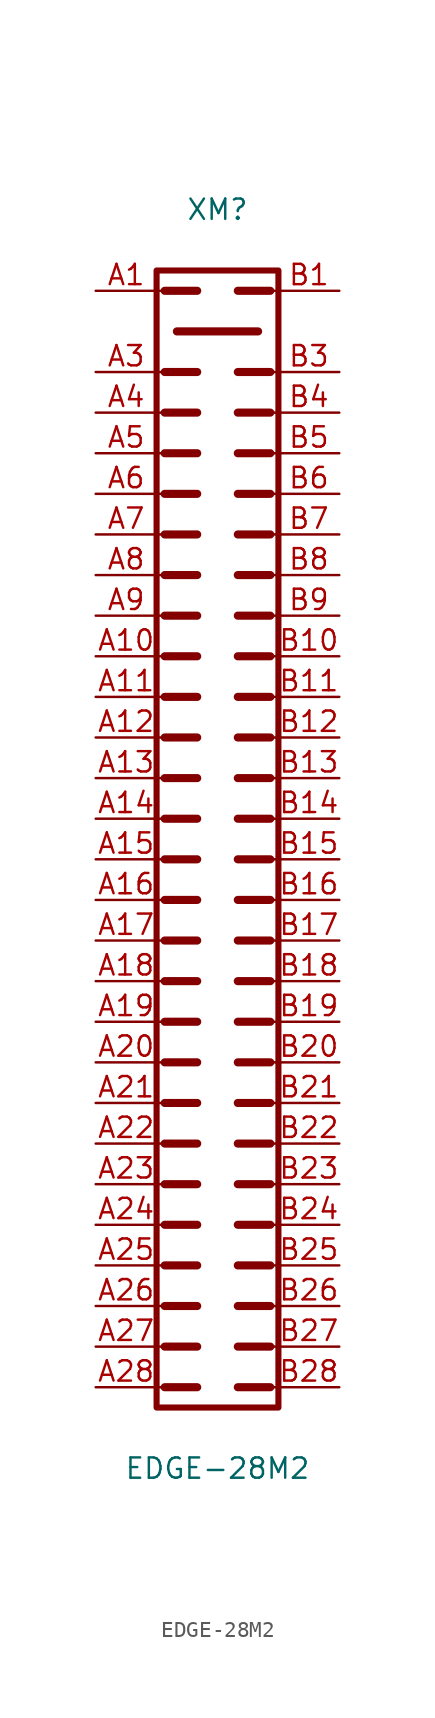
<source format=kicad_sym>
(kicad_symbol_lib
  (version 20231120)
  (generator "kicad_symbol_editor")
  (generator_version "8.0")
  (symbol "EDGE-28M2"
    (pin_names
      (offset 1.016))
    (property "Reference" "XM"
      (at 0 39.37 0)
      (effects (font (size 1.27 1.27))))
    (property "Value" "EDGE-28M2"
      (at 0 -39.37 0)
      (effects (font (size 1.27 1.27))))
    (symbol "EDGE-28M2_0_0"
      (polyline (pts (xy -2.54 31.75) (xy 2.54 31.75)) (stroke (width 0.508) (type default)) (fill (type none))))
    (symbol "EDGE-28M2_0_1"
      (rectangle (start -3.81 35.56) (end 3.81 -35.56) (stroke (width 0.381) (type default)) (fill (type none)))
      (polyline (pts (xy -3.81 -34.29) (xy -3.302 -34.29)) (stroke (width 0) (type default)) (fill (type none)))
      (polyline (pts (xy -3.81 -31.75) (xy -3.302 -31.75)) (stroke (width 0) (type default)) (fill (type none)))
      (polyline (pts (xy -3.81 -29.21) (xy -3.302 -29.21)) (stroke (width 0) (type default)) (fill (type none)))
      (polyline (pts (xy -3.81 -26.67) (xy -3.302 -26.67)) (stroke (width 0) (type default)) (fill (type none)))
      (polyline (pts (xy -3.81 -24.13) (xy -3.302 -24.13)) (stroke (width 0) (type default)) (fill (type none)))
      (polyline (pts (xy -3.81 -21.59) (xy -3.302 -21.59)) (stroke (width 0) (type default)) (fill (type none)))
      (polyline (pts (xy -3.81 -19.05) (xy -3.302 -19.05)) (stroke (width 0) (type default)) (fill (type none)))
      (polyline (pts (xy -3.81 -16.51) (xy -3.302 -16.51)) (stroke (width 0) (type default)) (fill (type none)))
      (polyline (pts (xy -3.81 -13.97) (xy -3.302 -13.97)) (stroke (width 0) (type default)) (fill (type none)))
      (polyline (pts (xy -3.81 -11.43) (xy -3.302 -11.43)) (stroke (width 0) (type default)) (fill (type none)))
      (polyline (pts (xy -3.81 -8.89) (xy -3.302 -8.89)) (stroke (width 0) (type default)) (fill (type none)))
      (polyline (pts (xy -3.81 -6.35) (xy -3.302 -6.35)) (stroke (width 0) (type default)) (fill (type none)))
      (polyline (pts (xy -3.81 -3.81) (xy -3.302 -3.81)) (stroke (width 0) (type default)) (fill (type none)))
      (polyline (pts (xy -3.81 -1.27) (xy -3.302 -1.27)) (stroke (width 0) (type default)) (fill (type none)))
      (polyline (pts (xy -3.81 1.27) (xy -3.302 1.27)) (stroke (width 0) (type default)) (fill (type none)))
      (polyline (pts (xy -3.81 3.81) (xy -3.302 3.81)) (stroke (width 0) (type default)) (fill (type none)))
      (polyline (pts (xy -3.81 6.35) (xy -3.302 6.35)) (stroke (width 0) (type default)) (fill (type none)))
      (polyline (pts (xy -3.81 8.89) (xy -3.302 8.89)) (stroke (width 0) (type default)) (fill (type none)))
      (polyline (pts (xy -3.81 11.43) (xy -3.302 11.43)) (stroke (width 0) (type default)) (fill (type none)))
      (polyline (pts (xy -3.81 13.97) (xy -3.302 13.97)) (stroke (width 0) (type default)) (fill (type none)))
      (polyline (pts (xy -3.81 16.51) (xy -3.302 16.51)) (stroke (width 0) (type default)) (fill (type none)))
      (polyline (pts (xy -3.81 19.05) (xy -3.302 19.05)) (stroke (width 0) (type default)) (fill (type none)))
      (polyline (pts (xy -3.81 21.59) (xy -3.302 21.59)) (stroke (width 0) (type default)) (fill (type none)))
      (polyline (pts (xy -3.81 24.13) (xy -3.302 24.13)) (stroke (width 0) (type default)) (fill (type none)))
      (polyline (pts (xy -3.81 26.67) (xy -3.302 26.67)) (stroke (width 0) (type default)) (fill (type none)))
      (polyline (pts (xy -3.81 29.21) (xy -3.302 29.21)) (stroke (width 0) (type default)) (fill (type none)))
      (polyline (pts (xy -3.81 34.29) (xy -3.302 34.29)) (stroke (width 0) (type default)) (fill (type none)))
      (polyline (pts (xy -3.302 -34.29) (xy -1.27 -34.29)) (stroke (width 0.508) (type default)) (fill (type none)))
      (polyline (pts (xy -3.302 -31.75) (xy -1.27 -31.75)) (stroke (width 0.508) (type default)) (fill (type none)))
      (polyline (pts (xy -3.302 -29.21) (xy -1.27 -29.21)) (stroke (width 0.508) (type default)) (fill (type none)))
      (polyline (pts (xy -3.302 -26.67) (xy -1.27 -26.67)) (stroke (width 0.508) (type default)) (fill (type none)))
      (polyline (pts (xy -3.302 -24.13) (xy -1.27 -24.13)) (stroke (width 0.508) (type default)) (fill (type none)))
      (polyline (pts (xy -3.302 -21.59) (xy -1.27 -21.59)) (stroke (width 0.508) (type default)) (fill (type none)))
      (polyline (pts (xy -3.302 -19.05) (xy -1.27 -19.05)) (stroke (width 0.508) (type default)) (fill (type none)))
      (polyline (pts (xy -3.302 -16.51) (xy -1.27 -16.51)) (stroke (width 0.508) (type default)) (fill (type none)))
      (polyline (pts (xy -3.302 -13.97) (xy -1.27 -13.97)) (stroke (width 0.508) (type default)) (fill (type none)))
      (polyline (pts (xy -3.302 -11.43) (xy -1.27 -11.43)) (stroke (width 0.508) (type default)) (fill (type none)))
      (polyline (pts (xy -3.302 -8.89) (xy -1.27 -8.89)) (stroke (width 0.508) (type default)) (fill (type none)))
      (polyline (pts (xy -3.302 -6.35) (xy -1.27 -6.35)) (stroke (width 0.508) (type default)) (fill (type none)))
      (polyline (pts (xy -3.302 -3.81) (xy -1.27 -3.81)) (stroke (width 0.508) (type default)) (fill (type none)))
      (polyline (pts (xy -3.302 -1.27) (xy -1.27 -1.27)) (stroke (width 0.508) (type default)) (fill (type none)))
      (polyline (pts (xy -3.302 1.27) (xy -1.27 1.27)) (stroke (width 0.508) (type default)) (fill (type none)))
      (polyline (pts (xy -3.302 3.81) (xy -1.27 3.81)) (stroke (width 0.508) (type default)) (fill (type none)))
      (polyline (pts (xy -3.302 6.35) (xy -1.27 6.35)) (stroke (width 0.508) (type default)) (fill (type none)))
      (polyline (pts (xy -3.302 8.89) (xy -1.27 8.89)) (stroke (width 0.508) (type default)) (fill (type none)))
      (polyline (pts (xy -3.302 11.43) (xy -1.27 11.43)) (stroke (width 0.508) (type default)) (fill (type none)))
      (polyline (pts (xy -3.302 13.97) (xy -1.27 13.97)) (stroke (width 0.508) (type default)) (fill (type none)))
      (polyline (pts (xy -3.302 16.51) (xy -1.27 16.51)) (stroke (width 0.508) (type default)) (fill (type none)))
      (polyline (pts (xy -3.302 19.05) (xy -1.27 19.05)) (stroke (width 0.508) (type default)) (fill (type none)))
      (polyline (pts (xy -3.302 21.59) (xy -1.27 21.59)) (stroke (width 0.508) (type default)) (fill (type none)))
      (polyline (pts (xy -3.302 24.13) (xy -1.27 24.13)) (stroke (width 0.508) (type default)) (fill (type none)))
      (polyline (pts (xy -3.302 26.67) (xy -1.27 26.67)) (stroke (width 0.508) (type default)) (fill (type none)))
      (polyline (pts (xy -3.302 29.21) (xy -1.27 29.21)) (stroke (width 0.508) (type default)) (fill (type none)))
      (polyline (pts (xy -3.302 34.29) (xy -1.27 34.29)) (stroke (width 0.508) (type default)) (fill (type none)))
      (polyline (pts (xy 3.302 -34.29) (xy 1.27 -34.29)) (stroke (width 0.508) (type default)) (fill (type none)))
      (polyline (pts (xy 3.302 -31.75) (xy 1.27 -31.75)) (stroke (width 0.508) (type default)) (fill (type none)))
      (polyline (pts (xy 3.302 -29.21) (xy 1.27 -29.21)) (stroke (width 0.508) (type default)) (fill (type none)))
      (polyline (pts (xy 3.302 -26.67) (xy 1.27 -26.67)) (stroke (width 0.508) (type default)) (fill (type none)))
      (polyline (pts (xy 3.302 -24.13) (xy 1.27 -24.13)) (stroke (width 0.508) (type default)) (fill (type none)))
      (polyline (pts (xy 3.302 -21.59) (xy 1.27 -21.59)) (stroke (width 0.508) (type default)) (fill (type none)))
      (polyline (pts (xy 3.302 -19.05) (xy 1.27 -19.05)) (stroke (width 0.508) (type default)) (fill (type none)))
      (polyline (pts (xy 3.302 -16.51) (xy 1.27 -16.51)) (stroke (width 0.508) (type default)) (fill (type none)))
      (polyline (pts (xy 3.302 -13.97) (xy 1.27 -13.97)) (stroke (width 0.508) (type default)) (fill (type none)))
      (polyline (pts (xy 3.302 -11.43) (xy 1.27 -11.43)) (stroke (width 0.508) (type default)) (fill (type none)))
      (polyline (pts (xy 3.302 -8.89) (xy 1.27 -8.89)) (stroke (width 0.508) (type default)) (fill (type none)))
      (polyline (pts (xy 3.302 -6.35) (xy 1.27 -6.35)) (stroke (width 0.508) (type default)) (fill (type none)))
      (polyline (pts (xy 3.302 -3.81) (xy 1.27 -3.81)) (stroke (width 0.508) (type default)) (fill (type none)))
      (polyline (pts (xy 3.302 -1.27) (xy 1.27 -1.27)) (stroke (width 0.508) (type default)) (fill (type none)))
      (polyline (pts (xy 3.302 1.27) (xy 1.27 1.27)) (stroke (width 0.508) (type default)) (fill (type none)))
      (polyline (pts (xy 3.302 3.81) (xy 1.27 3.81)) (stroke (width 0.508) (type default)) (fill (type none)))
      (polyline (pts (xy 3.302 6.35) (xy 1.27 6.35)) (stroke (width 0.508) (type default)) (fill (type none)))
      (polyline (pts (xy 3.302 8.89) (xy 1.27 8.89)) (stroke (width 0.508) (type default)) (fill (type none)))
      (polyline (pts (xy 3.302 11.43) (xy 1.27 11.43)) (stroke (width 0.508) (type default)) (fill (type none)))
      (polyline (pts (xy 3.302 13.97) (xy 1.27 13.97)) (stroke (width 0.508) (type default)) (fill (type none)))
      (polyline (pts (xy 3.302 16.51) (xy 1.27 16.51)) (stroke (width 0.508) (type default)) (fill (type none)))
      (polyline (pts (xy 3.302 19.05) (xy 1.27 19.05)) (stroke (width 0.508) (type default)) (fill (type none)))
      (polyline (pts (xy 3.302 21.59) (xy 1.27 21.59)) (stroke (width 0.508) (type default)) (fill (type none)))
      (polyline (pts (xy 3.302 24.13) (xy 1.27 24.13)) (stroke (width 0.508) (type default)) (fill (type none)))
      (polyline (pts (xy 3.302 26.67) (xy 1.27 26.67)) (stroke (width 0.508) (type default)) (fill (type none)))
      (polyline (pts (xy 3.302 29.21) (xy 1.27 29.21)) (stroke (width 0.508) (type default)) (fill (type none)))
      (polyline (pts (xy 3.302 34.29) (xy 1.27 34.29)) (stroke (width 0.508) (type default)) (fill (type none)))
      (polyline (pts (xy 3.81 -34.29) (xy 3.302 -34.29)) (stroke (width 0) (type default)) (fill (type none)))
      (polyline (pts (xy 3.81 -31.75) (xy 3.302 -31.75)) (stroke (width 0) (type default)) (fill (type none)))
      (polyline (pts (xy 3.81 -29.21) (xy 3.302 -29.21)) (stroke (width 0) (type default)) (fill (type none)))
      (polyline (pts (xy 3.81 -26.67) (xy 3.302 -26.67)) (stroke (width 0) (type default)) (fill (type none)))
      (polyline (pts (xy 3.81 -24.13) (xy 3.302 -24.13)) (stroke (width 0) (type default)) (fill (type none)))
      (polyline (pts (xy 3.81 -21.59) (xy 3.302 -21.59)) (stroke (width 0) (type default)) (fill (type none)))
      (polyline (pts (xy 3.81 -19.05) (xy 3.302 -19.05)) (stroke (width 0) (type default)) (fill (type none)))
      (polyline (pts (xy 3.81 -16.51) (xy 3.302 -16.51)) (stroke (width 0) (type default)) (fill (type none)))
      (polyline (pts (xy 3.81 -13.97) (xy 3.302 -13.97)) (stroke (width 0) (type default)) (fill (type none)))
      (polyline (pts (xy 3.81 -11.43) (xy 3.302 -11.43)) (stroke (width 0) (type default)) (fill (type none)))
      (polyline (pts (xy 3.81 -8.89) (xy 3.302 -8.89)) (stroke (width 0) (type default)) (fill (type none)))
      (polyline (pts (xy 3.81 -6.35) (xy 3.302 -6.35)) (stroke (width 0) (type default)) (fill (type none)))
      (polyline (pts (xy 3.81 -3.81) (xy 3.302 -3.81)) (stroke (width 0) (type default)) (fill (type none)))
      (polyline (pts (xy 3.81 -1.27) (xy 3.302 -1.27)) (stroke (width 0) (type default)) (fill (type none)))
      (polyline (pts (xy 3.81 1.27) (xy 3.302 1.27)) (stroke (width 0) (type default)) (fill (type none)))
      (polyline (pts (xy 3.81 3.81) (xy 3.302 3.81)) (stroke (width 0) (type default)) (fill (type none)))
      (polyline (pts (xy 3.81 6.35) (xy 3.302 6.35)) (stroke (width 0) (type default)) (fill (type none)))
      (polyline (pts (xy 3.81 8.89) (xy 3.302 8.89)) (stroke (width 0) (type default)) (fill (type none)))
      (polyline (pts (xy 3.81 11.43) (xy 3.302 11.43)) (stroke (width 0) (type default)) (fill (type none)))
      (polyline (pts (xy 3.81 13.97) (xy 3.302 13.97)) (stroke (width 0) (type default)) (fill (type none)))
      (polyline (pts (xy 3.81 16.51) (xy 3.302 16.51)) (stroke (width 0) (type default)) (fill (type none)))
      (polyline (pts (xy 3.81 19.05) (xy 3.302 19.05)) (stroke (width 0) (type default)) (fill (type none)))
      (polyline (pts (xy 3.81 21.59) (xy 3.302 21.59)) (stroke (width 0) (type default)) (fill (type none)))
      (polyline (pts (xy 3.81 24.13) (xy 3.302 24.13)) (stroke (width 0) (type default)) (fill (type none)))
      (polyline (pts (xy 3.81 26.67) (xy 3.302 26.67)) (stroke (width 0) (type default)) (fill (type none)))
      (polyline (pts (xy 3.81 29.21) (xy 3.302 29.21)) (stroke (width 0) (type default)) (fill (type none)))
      (polyline (pts (xy 3.81 34.29) (xy 3.302 34.29)) (stroke (width 0) (type default)) (fill (type none))))
    (symbol "EDGE-28M2_1_1"
      (pin passive line (at -7.62 34.29 0) (length 3.81) (name "~" (effects (font (size 1.27 1.27)))) (number "A1" (effects (font (size 1.27 1.27)))))
      (pin passive line (at -7.62 11.43 0) (length 3.81) (name "~" (effects (font (size 1.27 1.27)))) (number "A10" (effects (font (size 1.27 1.27)))))
      (pin passive line (at -7.62 8.89 0) (length 3.81) (name "~" (effects (font (size 1.27 1.27)))) (number "A11" (effects (font (size 1.27 1.27)))))
      (pin passive line (at -7.62 6.35 0) (length 3.81) (name "~" (effects (font (size 1.27 1.27)))) (number "A12" (effects (font (size 1.27 1.27)))))
      (pin passive line (at -7.62 3.81 0) (length 3.81) (name "~" (effects (font (size 1.27 1.27)))) (number "A13" (effects (font (size 1.27 1.27)))))
      (pin passive line (at -7.62 1.27 0) (length 3.81) (name "~" (effects (font (size 1.27 1.27)))) (number "A14" (effects (font (size 1.27 1.27)))))
      (pin passive line (at -7.62 -1.27 0) (length 3.81) (name "~" (effects (font (size 1.27 1.27)))) (number "A15" (effects (font (size 1.27 1.27)))))
      (pin passive line (at -7.62 -3.81 0) (length 3.81) (name "~" (effects (font (size 1.27 1.27)))) (number "A16" (effects (font (size 1.27 1.27)))))
      (pin passive line (at -7.62 -6.35 0) (length 3.81) (name "~" (effects (font (size 1.27 1.27)))) (number "A17" (effects (font (size 1.27 1.27)))))
      (pin passive line (at -7.62 -8.89 0) (length 3.81) (name "~" (effects (font (size 1.27 1.27)))) (number "A18" (effects (font (size 1.27 1.27)))))
      (pin passive line (at -7.62 -11.43 0) (length 3.81) (name "~" (effects (font (size 1.27 1.27)))) (number "A19" (effects (font (size 1.27 1.27)))))
      (pin passive line (at -7.62 -13.97 0) (length 3.81) (name "~" (effects (font (size 1.27 1.27)))) (number "A20" (effects (font (size 1.27 1.27)))))
      (pin passive line (at -7.62 -16.51 0) (length 3.81) (name "~" (effects (font (size 1.27 1.27)))) (number "A21" (effects (font (size 1.27 1.27)))))
      (pin passive line (at -7.62 -19.05 0) (length 3.81) (name "~" (effects (font (size 1.27 1.27)))) (number "A22" (effects (font (size 1.27 1.27)))))
      (pin passive line (at -7.62 -21.59 0) (length 3.81) (name "~" (effects (font (size 1.27 1.27)))) (number "A23" (effects (font (size 1.27 1.27)))))
      (pin passive line (at -7.62 -24.13 0) (length 3.81) (name "~" (effects (font (size 1.27 1.27)))) (number "A24" (effects (font (size 1.27 1.27)))))
      (pin passive line (at -7.62 -26.67 0) (length 3.81) (name "~" (effects (font (size 1.27 1.27)))) (number "A25" (effects (font (size 1.27 1.27)))))
      (pin passive line (at -7.62 -29.21 0) (length 3.81) (name "~" (effects (font (size 1.27 1.27)))) (number "A26" (effects (font (size 1.27 1.27)))))
      (pin passive line (at -7.62 -31.75 0) (length 3.81) (name "~" (effects (font (size 1.27 1.27)))) (number "A27" (effects (font (size 1.27 1.27)))))
      (pin passive line (at -7.62 -34.29 0) (length 3.81) (name "~" (effects (font (size 1.27 1.27)))) (number "A28" (effects (font (size 1.27 1.27)))))
      (pin passive line (at -7.62 29.21 0) (length 3.81) (name "~" (effects (font (size 1.27 1.27)))) (number "A3" (effects (font (size 1.27 1.27)))))
      (pin passive line (at -7.62 26.67 0) (length 3.81) (name "~" (effects (font (size 1.27 1.27)))) (number "A4" (effects (font (size 1.27 1.27)))))
      (pin passive line (at -7.62 24.13 0) (length 3.81) (name "~" (effects (font (size 1.27 1.27)))) (number "A5" (effects (font (size 1.27 1.27)))))
      (pin passive line (at -7.62 21.59 0) (length 3.81) (name "~" (effects (font (size 1.27 1.27)))) (number "A6" (effects (font (size 1.27 1.27)))))
      (pin passive line (at -7.62 19.05 0) (length 3.81) (name "~" (effects (font (size 1.27 1.27)))) (number "A7" (effects (font (size 1.27 1.27)))))
      (pin passive line (at -7.62 16.51 0) (length 3.81) (name "~" (effects (font (size 1.27 1.27)))) (number "A8" (effects (font (size 1.27 1.27)))))
      (pin passive line (at -7.62 13.97 0) (length 3.81) (name "~" (effects (font (size 1.27 1.27)))) (number "A9" (effects (font (size 1.27 1.27)))))
      (pin passive line (at 7.62 34.29 180) (length 3.81) (name "~" (effects (font (size 1.27 1.27)))) (number "B1" (effects (font (size 1.27 1.27)))))
      (pin passive line (at 7.62 11.43 180) (length 3.81) (name "~" (effects (font (size 1.27 1.27)))) (number "B10" (effects (font (size 1.27 1.27)))))
      (pin passive line (at 7.62 8.89 180) (length 3.81) (name "~" (effects (font (size 1.27 1.27)))) (number "B11" (effects (font (size 1.27 1.27)))))
      (pin passive line (at 7.62 6.35 180) (length 3.81) (name "~" (effects (font (size 1.27 1.27)))) (number "B12" (effects (font (size 1.27 1.27)))))
      (pin passive line (at 7.62 3.81 180) (length 3.81) (name "~" (effects (font (size 1.27 1.27)))) (number "B13" (effects (font (size 1.27 1.27)))))
      (pin passive line (at 7.62 1.27 180) (length 3.81) (name "~" (effects (font (size 1.27 1.27)))) (number "B14" (effects (font (size 1.27 1.27)))))
      (pin passive line (at 7.62 -1.27 180) (length 3.81) (name "~" (effects (font (size 1.27 1.27)))) (number "B15" (effects (font (size 1.27 1.27)))))
      (pin passive line (at 7.62 -3.81 180) (length 3.81) (name "~" (effects (font (size 1.27 1.27)))) (number "B16" (effects (font (size 1.27 1.27)))))
      (pin passive line (at 7.62 -6.35 180) (length 3.81) (name "~" (effects (font (size 1.27 1.27)))) (number "B17" (effects (font (size 1.27 1.27)))))
      (pin passive line (at 7.62 -8.89 180) (length 3.81) (name "~" (effects (font (size 1.27 1.27)))) (number "B18" (effects (font (size 1.27 1.27)))))
      (pin passive line (at 7.62 -11.43 180) (length 3.81) (name "~" (effects (font (size 1.27 1.27)))) (number "B19" (effects (font (size 1.27 1.27)))))
      (pin passive line (at 7.62 -13.97 180) (length 3.81) (name "~" (effects (font (size 1.27 1.27)))) (number "B20" (effects (font (size 1.27 1.27)))))
      (pin passive line (at 7.62 -16.51 180) (length 3.81) (name "~" (effects (font (size 1.27 1.27)))) (number "B21" (effects (font (size 1.27 1.27)))))
      (pin passive line (at 7.62 -19.05 180) (length 3.81) (name "~" (effects (font (size 1.27 1.27)))) (number "B22" (effects (font (size 1.27 1.27)))))
      (pin passive line (at 7.62 -21.59 180) (length 3.81) (name "~" (effects (font (size 1.27 1.27)))) (number "B23" (effects (font (size 1.27 1.27)))))
      (pin passive line (at 7.62 -24.13 180) (length 3.81) (name "~" (effects (font (size 1.27 1.27)))) (number "B24" (effects (font (size 1.27 1.27)))))
      (pin passive line (at 7.62 -26.67 180) (length 3.81) (name "~" (effects (font (size 1.27 1.27)))) (number "B25" (effects (font (size 1.27 1.27)))))
      (pin passive line (at 7.62 -29.21 180) (length 3.81) (name "~" (effects (font (size 1.27 1.27)))) (number "B26" (effects (font (size 1.27 1.27)))))
      (pin passive line (at 7.62 -31.75 180) (length 3.81) (name "~" (effects (font (size 1.27 1.27)))) (number "B27" (effects (font (size 1.27 1.27)))))
      (pin passive line (at 7.62 -34.29 180) (length 3.81) (name "~" (effects (font (size 1.27 1.27)))) (number "B28" (effects (font (size 1.27 1.27)))))
      (pin passive line (at 7.62 29.21 180) (length 3.81) (name "~" (effects (font (size 1.27 1.27)))) (number "B3" (effects (font (size 1.27 1.27)))))
      (pin passive line (at 7.62 26.67 180) (length 3.81) (name "~" (effects (font (size 1.27 1.27)))) (number "B4" (effects (font (size 1.27 1.27)))))
      (pin passive line (at 7.62 24.13 180) (length 3.81) (name "~" (effects (font (size 1.27 1.27)))) (number "B5" (effects (font (size 1.27 1.27)))))
      (pin passive line (at 7.62 21.59 180) (length 3.81) (name "~" (effects (font (size 1.27 1.27)))) (number "B6" (effects (font (size 1.27 1.27)))))
      (pin passive line (at 7.62 19.05 180) (length 3.81) (name "~" (effects (font (size 1.27 1.27)))) (number "B7" (effects (font (size 1.27 1.27)))))
      (pin passive line (at 7.62 16.51 180) (length 3.81) (name "~" (effects (font (size 1.27 1.27)))) (number "B8" (effects (font (size 1.27 1.27)))))
      (pin passive line (at 7.62 13.97 180) (length 3.81) (name "~" (effects (font (size 1.27 1.27)))) (number "B9" (effects (font (size 1.27 1.27))))))))
</source>
